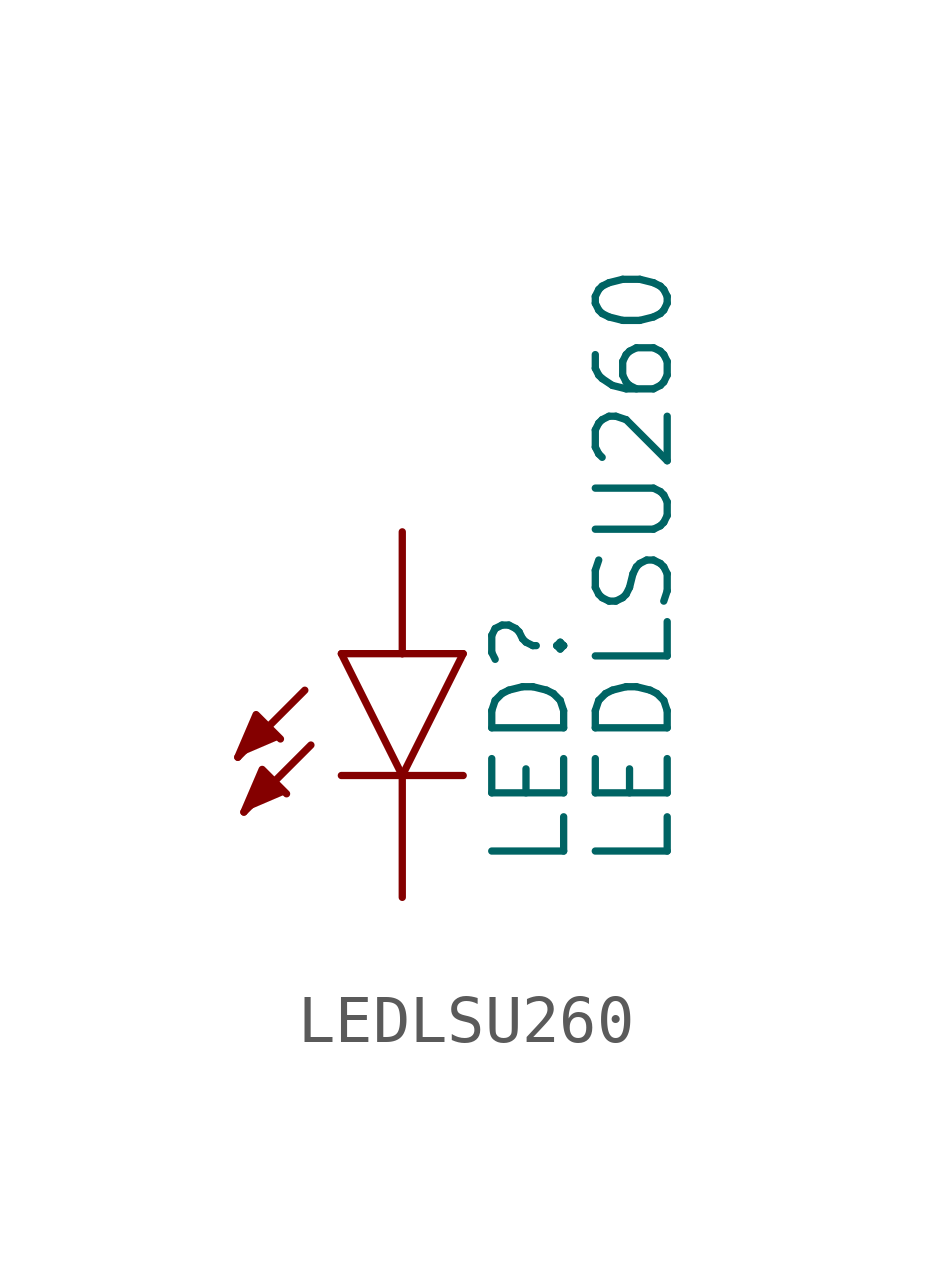
<source format=kicad_sym>
(kicad_symbol_lib
  (version 20211014)
  (generator kicad_symbol_editor)
  (symbol "LEDLSU260"
    (pin_names
      (offset 1.016))
    (property "Reference" "LED"
      (at 3.556 -4.572 90)
      (effects (font (size 1.499 1.499)) (justify left bottom)))
    (property "Value" "LEDLSU260"
      (at 5.715 -4.572 90)
      (effects (font (size 1.499 1.499)) (justify left bottom)))
    (property "ki_locked" ""
      (at 0 0 0)
      (effects (font (size 1.27 1.27))))
    (symbol "LEDLSU260_1_0"
      (polyline (pts (xy -2.032 -0.762) (xy -3.429 -2.159)) (stroke (width 0) (type default) (color 0 0 0 0)) (fill (type none)))
      (polyline (pts (xy -1.905 -1.905) (xy -3.302 -3.302)) (stroke (width 0) (type default) (color 0 0 0 0)) (fill (type none)))
      (polyline (pts (xy 0 -2.54) (xy -1.27 -2.54)) (stroke (width 0) (type default) (color 0 0 0 0)) (fill (type none)))
      (polyline (pts (xy 0 -2.54) (xy -1.27 0)) (stroke (width 0) (type default) (color 0 0 0 0)) (fill (type none)))
      (polyline (pts (xy 0 0) (xy -1.27 0)) (stroke (width 0) (type default) (color 0 0 0 0)) (fill (type none)))
      (polyline (pts (xy 1.27 -2.54) (xy 0 -2.54)) (stroke (width 0) (type default) (color 0 0 0 0)) (fill (type none)))
      (polyline (pts (xy 1.27 0) (xy 0 -2.54)) (stroke (width 0) (type default) (color 0 0 0 0)) (fill (type none)))
      (polyline (pts (xy 1.27 0) (xy 0 0)) (stroke (width 0) (type default) (color 0 0 0 0)) (fill (type none)))
      (polyline (pts (xy -3.429 -2.159) (xy -3.048 -1.27) (xy -2.54 -1.778)) (stroke (width 0) (type default) (color 0 0 0 0)) (fill (type outline)))
      (polyline (pts (xy -3.302 -3.302) (xy -2.921 -2.413) (xy -2.413 -2.921)) (stroke (width 0) (type default) (color 0 0 0 0)) (fill (type outline)))
      (pin passive line (at 0 2.54 270) (length 2.54) (name "A" (effects (font (size 0 0)))) (number "A" (effects (font (size 0 0)))))
      (pin passive line (at 0 -5.08 90) (length 2.54) (name "C" (effects (font (size 0 0)))) (number "K" (effects (font (size 0 0))))))))
</source>
